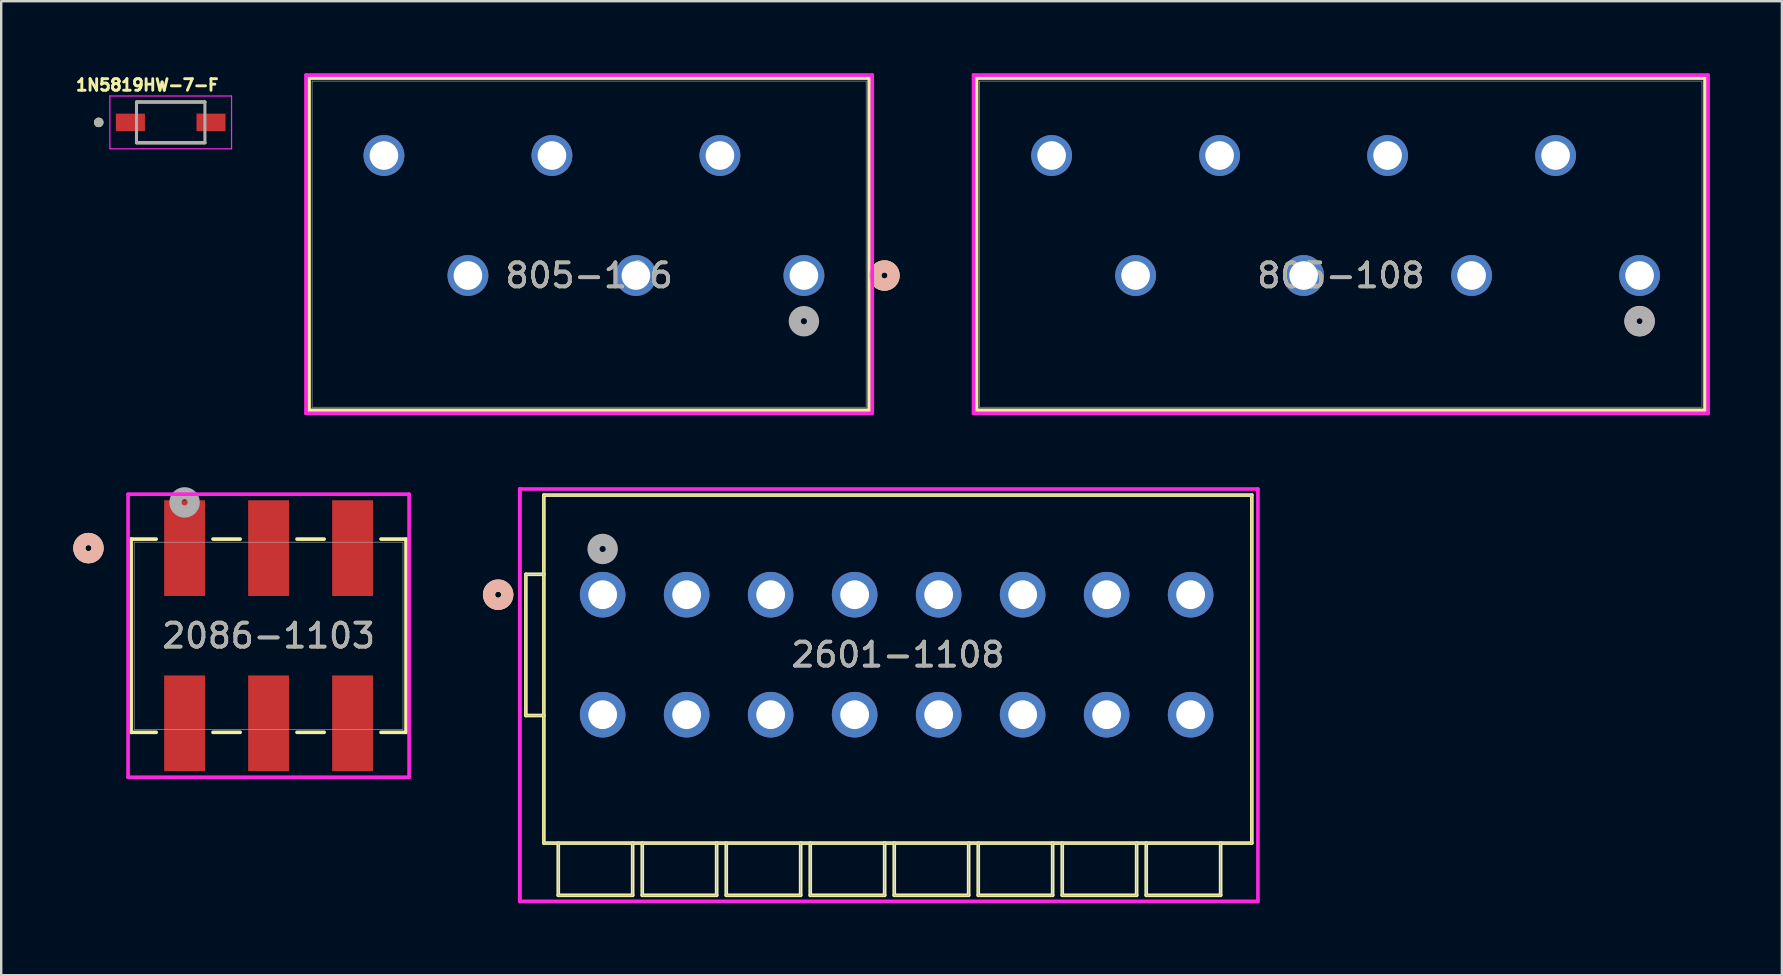
<source format=kicad_pcb>
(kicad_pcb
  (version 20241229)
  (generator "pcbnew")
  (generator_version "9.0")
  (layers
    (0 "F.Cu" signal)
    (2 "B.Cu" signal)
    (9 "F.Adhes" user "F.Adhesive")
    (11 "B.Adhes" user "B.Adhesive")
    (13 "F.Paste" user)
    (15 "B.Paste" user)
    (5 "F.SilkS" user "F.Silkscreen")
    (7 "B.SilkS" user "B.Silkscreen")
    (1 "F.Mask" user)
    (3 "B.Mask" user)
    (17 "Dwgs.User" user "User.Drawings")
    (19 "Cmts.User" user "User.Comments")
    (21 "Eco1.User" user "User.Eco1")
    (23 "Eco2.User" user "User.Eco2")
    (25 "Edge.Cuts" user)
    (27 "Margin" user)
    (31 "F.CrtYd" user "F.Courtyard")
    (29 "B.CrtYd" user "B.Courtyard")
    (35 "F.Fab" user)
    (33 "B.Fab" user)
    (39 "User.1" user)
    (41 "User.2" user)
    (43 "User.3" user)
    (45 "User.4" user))
  (footprint "2601-1108"
    (layer "F.Cu")
    (at 22.062 21.73)
    (property "Reference" "2601-1108" (at 12.3 2.5 0) (unlocked yes) (layer "F.SilkS") (effects (font (size 1 1) (thickness 0.15))))
    (attr through_hole)
    (fp_line (start -3.2 5.034) (end -3.2 -0.85) (stroke (width 0.152) (type solid)) (layer "F.SilkS"))
    (fp_line (start -2.45 -0.85) (end -3.2 -0.85) (stroke (width 0.152) (type solid)) (layer "F.SilkS"))
    (fp_line (start -2.45 5.034) (end -3.2 5.034) (stroke (width 0.152) (type solid)) (layer "F.SilkS"))
    (fp_line (start -2.45 -4.15) (end 27.05 -4.15) (stroke (width 0.152) (type solid)) (layer "F.SilkS"))
    (fp_line (start -2.45 10.35) (end -2.45 -4.15) (stroke (width 0.152) (type solid)) (layer "F.SilkS"))
    (fp_line (start -2.45 10.35) (end 27.05 10.35) (stroke (width 0.152) (type solid)) (layer "F.SilkS"))
    (fp_line (start -1.85 10.35) (end -1.85 12.525) (stroke (width 0.152) (type solid)) (layer "F.SilkS"))
    (fp_line (start -1.85 12.525) (end 1.25 12.525) (stroke (width 0.152) (type solid)) (layer "F.SilkS"))
    (fp_line (start 1.25 10.35) (end 1.25 12.525) (stroke (width 0.152) (type solid)) (layer "F.SilkS"))
    (fp_line (start 1.65 10.35) (end 1.65 12.525) (stroke (width 0.152) (type solid)) (layer "F.SilkS"))
    (fp_line (start 1.65 12.525) (end 4.75 12.525) (stroke (width 0.152) (type solid)) (layer "F.SilkS"))
    (fp_line (start 4.75 10.35) (end 4.75 12.525) (stroke (width 0.152) (type solid)) (layer "F.SilkS"))
    (fp_line (start 5.15 10.35) (end 5.15 12.525) (stroke (width 0.152) (type solid)) (layer "F.SilkS"))
    (fp_line (start 5.15 12.525) (end 8.25 12.525) (stroke (width 0.152) (type solid)) (layer "F.SilkS"))
    (fp_line (start 8.25 10.35) (end 8.25 12.525) (stroke (width 0.152) (type solid)) (layer "F.SilkS"))
    (fp_line (start 8.65 10.35) (end 8.65 12.525) (stroke (width 0.152) (type solid)) (layer "F.SilkS"))
    (fp_line (start 8.65 12.525) (end 11.75 12.525) (stroke (width 0.152) (type solid)) (layer "F.SilkS"))
    (fp_line (start 11.75 10.35) (end 11.75 12.525) (stroke (width 0.152) (type solid)) (layer "F.SilkS"))
    (fp_line (start 12.15 10.35) (end 12.15 12.525) (stroke (width 0.152) (type solid)) (layer "F.SilkS"))
    (fp_line (start 12.15 12.525) (end 15.25 12.525) (stroke (width 0.152) (type solid)) (layer "F.SilkS"))
    (fp_line (start 15.25 10.35) (end 15.25 12.525) (stroke (width 0.152) (type solid)) (layer "F.SilkS"))
    (fp_line (start 15.65 10.35) (end 15.65 12.525) (stroke (width 0.152) (type solid)) (layer "F.SilkS"))
    (fp_line (start 15.65 12.525) (end 18.75 12.525) (stroke (width 0.152) (type solid)) (layer "F.SilkS"))
    (fp_line (start 18.75 10.35) (end 18.75 12.525) (stroke (width 0.152) (type solid)) (layer "F.SilkS"))
    (fp_line (start 19.15 10.35) (end 19.15 12.525) (stroke (width 0.152) (type solid)) (layer "F.SilkS"))
    (fp_line (start 19.15 12.525) (end 22.25 12.525) (stroke (width 0.152) (type solid)) (layer "F.SilkS"))
    (fp_line (start 22.25 10.35) (end 22.25 12.525) (stroke (width 0.152) (type solid)) (layer "F.SilkS"))
    (fp_line (start 22.65 10.35) (end 22.65 12.525) (stroke (width 0.152) (type solid)) (layer "F.SilkS"))
    (fp_line (start 22.65 12.525) (end 25.75 12.525) (stroke (width 0.152) (type solid)) (layer "F.SilkS"))
    (fp_line (start 25.75 10.35) (end 25.75 12.525) (stroke (width 0.152) (type solid)) (layer "F.SilkS"))
    (fp_line (start 27.05 -4.15) (end 27.05 10.35) (stroke (width 0.152) (type solid)) (layer "F.SilkS"))
    (fp_circle (center -4.355 0) (end -3.974 0) (stroke (width 0.508) (type solid)) (fill no) (layer "F.SilkS"))
    (fp_circle (center -4.355 0) (end -3.974 0) (stroke (width 0.508) (type solid)) (fill no) (layer "B.SilkS"))
    (fp_line (start -3.454 -4.404) (end -3.454 12.779) (stroke (width 0.152) (type solid)) (layer "F.CrtYd"))
    (fp_line (start -3.454 -4.404) (end -3.454 12.779) (stroke (width 0.152) (type solid)) (layer "F.CrtYd"))
    (fp_line (start -3.454 12.779) (end 27.304 12.779) (stroke (width 0.152) (type solid)) (layer "F.CrtYd"))
    (fp_line (start 27.304 -4.404) (end -3.454 -4.404) (stroke (width 0.152) (type solid)) (layer "F.CrtYd"))
    (fp_line (start 27.304 12.779) (end 27.304 -4.404) (stroke (width 0.152) (type solid)) (layer "F.CrtYd"))
    (fp_line (start -3.2 5.034) (end -3.2 -0.85) (stroke (width 0.025) (type solid)) (layer "F.Fab"))
    (fp_line (start -2.45 -0.85) (end -3.2 -0.85) (stroke (width 0.025) (type solid)) (layer "F.Fab"))
    (fp_line (start -2.45 5.034) (end -3.2 5.034) (stroke (width 0.025) (type solid)) (layer "F.Fab"))
    (fp_line (start -2.45 -4.15) (end 27.05 -4.15) (stroke (width 0.025) (type solid)) (layer "F.Fab"))
    (fp_line (start -2.45 10.35) (end -2.45 -4.15) (stroke (width 0.025) (type solid)) (layer "F.Fab"))
    (fp_line (start -2.45 10.35) (end 27.05 10.35) (stroke (width 0.025) (type solid)) (layer "F.Fab"))
    (fp_line (start -1.85 10.35) (end -1.85 12.525) (stroke (width 0.025) (type solid)) (layer "F.Fab"))
    (fp_line (start -1.85 12.525) (end 1.25 12.525) (stroke (width 0.025) (type solid)) (layer "F.Fab"))
    (fp_line (start 1.25 10.35) (end 1.25 12.525) (stroke (width 0.025) (type solid)) (layer "F.Fab"))
    (fp_line (start 1.65 10.35) (end 1.65 12.525) (stroke (width 0.025) (type solid)) (layer "F.Fab"))
    (fp_line (start 1.65 12.525) (end 4.75 12.525) (stroke (width 0.025) (type solid)) (layer "F.Fab"))
    (fp_line (start 4.75 10.35) (end 4.75 12.525) (stroke (width 0.025) (type solid)) (layer "F.Fab"))
    (fp_line (start 5.15 10.35) (end 5.15 12.525) (stroke (width 0.025) (type solid)) (layer "F.Fab"))
    (fp_line (start 5.15 12.525) (end 8.25 12.525) (stroke (width 0.025) (type solid)) (layer "F.Fab"))
    (fp_line (start 8.25 10.35) (end 8.25 12.525) (stroke (width 0.025) (type solid)) (layer "F.Fab"))
    (fp_line (start 8.65 10.35) (end 8.65 12.525) (stroke (width 0.025) (type solid)) (layer "F.Fab"))
    (fp_line (start 8.65 12.525) (end 11.75 12.525) (stroke (width 0.025) (type solid)) (layer "F.Fab"))
    (fp_line (start 11.75 10.35) (end 11.75 12.525) (stroke (width 0.025) (type solid)) (layer "F.Fab"))
    (fp_line (start 12.15 10.35) (end 12.15 12.525) (stroke (width 0.025) (type solid)) (layer "F.Fab"))
    (fp_line (start 12.15 12.525) (end 15.25 12.525) (stroke (width 0.025) (type solid)) (layer "F.Fab"))
    (fp_line (start 15.25 10.35) (end 15.25 12.525) (stroke (width 0.025) (type solid)) (layer "F.Fab"))
    (fp_line (start 15.65 10.35) (end 15.65 12.525) (stroke (width 0.025) (type solid)) (layer "F.Fab"))
    (fp_line (start 15.65 12.525) (end 18.75 12.525) (stroke (width 0.025) (type solid)) (layer "F.Fab"))
    (fp_line (start 18.75 10.35) (end 18.75 12.525) (stroke (width 0.025) (type solid)) (layer "F.Fab"))
    (fp_line (start 19.15 10.35) (end 19.15 12.525) (stroke (width 0.025) (type solid)) (layer "F.Fab"))
    (fp_line (start 19.15 12.525) (end 22.25 12.525) (stroke (width 0.025) (type solid)) (layer "F.Fab"))
    (fp_line (start 22.25 10.35) (end 22.25 12.525) (stroke (width 0.025) (type solid)) (layer "F.Fab"))
    (fp_line (start 22.65 10.35) (end 22.65 12.525) (stroke (width 0.025) (type solid)) (layer "F.Fab"))
    (fp_line (start 22.65 12.525) (end 25.75 12.525) (stroke (width 0.025) (type solid)) (layer "F.Fab"))
    (fp_line (start 25.75 10.35) (end 25.75 12.525) (stroke (width 0.025) (type solid)) (layer "F.Fab"))
    (fp_line (start 27.05 -4.15) (end 27.05 10.35) (stroke (width 0.025) (type solid)) (layer "F.Fab"))
    (fp_circle (center 0 -1.905) (end 0.381 -1.905) (stroke (width 0.508) (type solid)) (fill no) (layer "F.Fab"))
    (fp_text user "${REFERENCE}" (at 12.3 2.5 0) (unlocked yes) (layer "F.Fab") (effects (font (size 1 1) (thickness 0.15))))
    (pad "1" thru_hole circle (at 0 0) (size 1.9 1.9) (drill 1.2) (layers "*.Cu" "*.Mask"))
    (pad "1" thru_hole circle (at 0 5) (size 1.9 1.9) (drill 1.2) (layers "*.Cu" "*.Mask"))
    (pad "2" thru_hole circle (at 3.5 0) (size 1.9 1.9) (drill 1.2) (layers "*.Cu" "*.Mask"))
    (pad "2" thru_hole circle (at 3.5 5) (size 1.9 1.9) (drill 1.2) (layers "*.Cu" "*.Mask"))
    (pad "3" thru_hole circle (at 7 0) (size 1.9 1.9) (drill 1.2) (layers "*.Cu" "*.Mask"))
    (pad "3" thru_hole circle (at 7 5) (size 1.9 1.9) (drill 1.2) (layers "*.Cu" "*.Mask"))
    (pad "4" thru_hole circle (at 10.5 0) (size 1.9 1.9) (drill 1.2) (layers "*.Cu" "*.Mask"))
    (pad "4" thru_hole circle (at 10.5 5) (size 1.9 1.9) (drill 1.2) (layers "*.Cu" "*.Mask"))
    (pad "5" thru_hole circle (at 14 0) (size 1.9 1.9) (drill 1.2) (layers "*.Cu" "*.Mask"))
    (pad "5" thru_hole circle (at 14 5) (size 1.9 1.9) (drill 1.2) (layers "*.Cu" "*.Mask"))
    (pad "6" thru_hole circle (at 17.5 0) (size 1.9 1.9) (drill 1.2) (layers "*.Cu" "*.Mask"))
    (pad "6" thru_hole circle (at 17.5 5) (size 1.9 1.9) (drill 1.2) (layers "*.Cu" "*.Mask"))
    (pad "7" thru_hole circle (at 21 0) (size 1.9 1.9) (drill 1.2) (layers "*.Cu" "*.Mask"))
    (pad "7" thru_hole circle (at 21 5) (size 1.9 1.9) (drill 1.2) (layers "*.Cu" "*.Mask"))
    (pad "8" thru_hole circle (at 24.5 0) (size 1.9 1.9) (drill 1.2) (layers "*.Cu" "*.Mask"))
    (pad "8" thru_hole circle (at 24.5 5) (size 1.9 1.9) (drill 1.2) (layers "*.Cu" "*.Mask")))
  (footprint "805-108"
    (layer "F.Cu")
    (at 65.269 8.43)
    (property "Reference" "805-108" (at -12.45 0 0) (unlocked yes) (layer "F.SilkS") (effects (font (size 1 1) (thickness 0.15))))
    (attr through_hole)
    (fp_line (start -27.626 -8.227) (end -27.626 5.616) (stroke (width 0.152) (type solid)) (layer "F.SilkS"))
    (fp_line (start -27.626 5.616) (end 2.727 5.616) (stroke (width 0.152) (type solid)) (layer "F.SilkS"))
    (fp_line (start 2.727 -8.227) (end -27.626 -8.227) (stroke (width 0.152) (type solid)) (layer "F.SilkS"))
    (fp_line (start 2.727 5.616) (end 2.727 -8.227) (stroke (width 0.152) (type solid)) (layer "F.SilkS"))
    (fp_circle (center 0 1.9) (end 0.381 1.9) (stroke (width 0.508) (type solid)) (fill no) (layer "B.SilkS"))
    (fp_line (start -27.753 -8.354) (end -27.753 5.743) (stroke (width 0.152) (type solid)) (layer "F.CrtYd"))
    (fp_line (start -27.753 5.743) (end 2.854 5.743) (stroke (width 0.152) (type solid)) (layer "F.CrtYd"))
    (fp_line (start 2.854 -8.354) (end -27.753 -8.354) (stroke (width 0.152) (type solid)) (layer "F.CrtYd"))
    (fp_line (start 2.854 5.743) (end 2.854 -8.354) (stroke (width 0.152) (type solid)) (layer "F.CrtYd"))
    (fp_line (start -27.499 -8.1) (end -27.499 5.489) (stroke (width 0.025) (type solid)) (layer "F.Fab"))
    (fp_line (start -27.499 5.489) (end 2.6 5.489) (stroke (width 0.025) (type solid)) (layer "F.Fab"))
    (fp_line (start 2.6 -8.1) (end -27.499 -8.1) (stroke (width 0.025) (type solid)) (layer "F.Fab"))
    (fp_line (start 2.6 5.489) (end 2.6 -8.1) (stroke (width 0.025) (type solid)) (layer "F.Fab"))
    (fp_circle (center 0 1.905) (end 0.381 1.905) (stroke (width 0.508) (type solid)) (fill no) (layer "F.Fab"))
    (fp_text user "${REFERENCE}" (at -12.45 0 0) (unlocked yes) (layer "F.Fab") (effects (font (size 1 1) (thickness 0.15))))
    (pad "1" thru_hole circle (at 0 0) (size 1.702 1.702) (drill 1.194) (layers "*.Cu" "*.Mask"))
    (pad "2" thru_hole circle (at -3.5 -5) (size 1.702 1.702) (drill 1.194) (layers "*.Cu" "*.Mask"))
    (pad "3" thru_hole circle (at -7 0) (size 1.702 1.702) (drill 1.194) (layers "*.Cu" "*.Mask"))
    (pad "4" thru_hole circle (at -10.5 -5) (size 1.702 1.702) (drill 1.194) (layers "*.Cu" "*.Mask"))
    (pad "5" thru_hole circle (at -14 0) (size 1.702 1.702) (drill 1.194) (layers "*.Cu" "*.Mask"))
    (pad "6" thru_hole circle (at -17.5 -5) (size 1.702 1.702) (drill 1.194) (layers "*.Cu" "*.Mask"))
    (pad "7" thru_hole circle (at -21 0) (size 1.702 1.702) (drill 1.194) (layers "*.Cu" "*.Mask"))
    (pad "8" thru_hole circle (at -24.5 -5) (size 1.702 1.702) (drill 1.194) (layers "*.Cu" "*.Mask")))
  (footprint "1N5819HW-7-F"
    (layer "F.Cu")
    (at 4.063 2.05)
    (property "Reference" "1N5819HW-7-F" (at -0.978 -1.557 0) (layer "F.SilkS") (effects (font (size 0.481 0.481) (thickness 0.12))))
    (attr smd)
    (fp_line (start -1.425 -0.85) (end 1.425 -0.85) (stroke (width 0.127) (type solid)) (layer "F.SilkS"))
    (fp_line (start 1.425 0.85) (end -1.425 0.85) (stroke (width 0.127) (type solid)) (layer "F.SilkS"))
    (fp_circle (center -3 0) (end -2.9 0) (stroke (width 0.2) (type solid)) (fill no) (layer "F.SilkS"))
    (fp_line (start -2.535 -1.1) (end 2.535 -1.1) (stroke (width 0.05) (type solid)) (layer "F.CrtYd"))
    (fp_line (start -2.535 1.1) (end -2.535 -1.1) (stroke (width 0.05) (type solid)) (layer "F.CrtYd"))
    (fp_line (start 2.535 -1.1) (end 2.535 1.1) (stroke (width 0.05) (type solid)) (layer "F.CrtYd"))
    (fp_line (start 2.535 1.1) (end -2.535 1.1) (stroke (width 0.05) (type solid)) (layer "F.CrtYd"))
    (fp_line (start -1.425 -0.85) (end 1.425 -0.85) (stroke (width 0.127) (type solid)) (layer "F.Fab"))
    (fp_line (start -1.425 0.85) (end -1.425 -0.85) (stroke (width 0.127) (type solid)) (layer "F.Fab"))
    (fp_line (start 1.425 -0.85) (end 1.425 0.85) (stroke (width 0.127) (type solid)) (layer "F.Fab"))
    (fp_line (start 1.425 0.85) (end -1.425 0.85) (stroke (width 0.127) (type solid)) (layer "F.Fab"))
    (fp_circle (center -3 0) (end -2.9 0) (stroke (width 0.2) (type solid)) (fill no) (layer "F.Fab"))
    (pad "A" smd rect (at 1.68 0) (size 1.21 0.73) (layers "F.Cu" "F.Mask" "F.Paste"))
    (pad "C" smd rect (at -1.68 0) (size 1.21 0.73) (layers "F.Cu" "F.Mask" "F.Paste")))
  (footprint "2086-1103"
    (layer "F.Cu")
    (at 8.141 23.439)
    (property "Reference" "2086-1103" (at 0 0 0) (unlocked yes) (layer "F.SilkS") (effects (font (size 1 1) (thickness 0.15))))
    (attr smd)
    (fp_line (start -5.728 -4.026) (end -5.728 4.026) (stroke (width 0.152) (type solid)) (layer "F.SilkS"))
    (fp_line (start -5.728 4.026) (end -4.684 4.026) (stroke (width 0.152) (type solid)) (layer "F.SilkS"))
    (fp_line (start -4.684 -4.026) (end -5.728 -4.026) (stroke (width 0.152) (type solid)) (layer "F.SilkS"))
    (fp_line (start -2.316 4.026) (end -1.184 4.026) (stroke (width 0.152) (type solid)) (layer "F.SilkS"))
    (fp_line (start -1.184 -4.026) (end -2.316 -4.026) (stroke (width 0.152) (type solid)) (layer "F.SilkS"))
    (fp_line (start 1.184 4.026) (end 2.316 4.026) (stroke (width 0.152) (type solid)) (layer "F.SilkS"))
    (fp_line (start 2.316 -4.026) (end 1.184 -4.026) (stroke (width 0.152) (type solid)) (layer "F.SilkS"))
    (fp_line (start 4.684 4.026) (end 5.728 4.026) (stroke (width 0.152) (type solid)) (layer "F.SilkS"))
    (fp_line (start 5.728 -4.026) (end 4.684 -4.026) (stroke (width 0.152) (type solid)) (layer "F.SilkS"))
    (fp_line (start 5.728 4.026) (end 5.728 -4.026) (stroke (width 0.152) (type solid)) (layer "F.SilkS"))
    (fp_circle (center -7.506 -3.65) (end -7.125 -3.65) (stroke (width 0.508) (type solid)) (fill no) (layer "F.SilkS"))
    (fp_circle (center -7.506 -3.65) (end -7.125 -3.65) (stroke (width 0.508) (type solid)) (fill no) (layer "B.SilkS"))
    (fp_line (start -5.855 -5.898) (end -5.855 5.898) (stroke (width 0.152) (type solid)) (layer "F.CrtYd"))
    (fp_line (start -5.855 5.898) (end 5.855 5.898) (stroke (width 0.152) (type solid)) (layer "F.CrtYd"))
    (fp_line (start 5.855 -5.898) (end -5.855 -5.898) (stroke (width 0.152) (type solid)) (layer "F.CrtYd"))
    (fp_line (start 5.855 5.898) (end 5.855 -5.898) (stroke (width 0.152) (type solid)) (layer "F.CrtYd"))
    (fp_line (start -5.601 -3.899) (end -5.601 3.899) (stroke (width 0.025) (type solid)) (layer "F.Fab"))
    (fp_line (start -5.601 3.899) (end 5.601 3.899) (stroke (width 0.025) (type solid)) (layer "F.Fab"))
    (fp_line (start 5.601 -3.899) (end -5.601 -3.899) (stroke (width 0.025) (type solid)) (layer "F.Fab"))
    (fp_line (start 5.601 3.899) (end 5.601 -3.899) (stroke (width 0.025) (type solid)) (layer "F.Fab"))
    (fp_circle (center -3.5 -5.555) (end -3.119 -5.555) (stroke (width 0.508) (type solid)) (fill no) (layer "F.Fab"))
    (fp_text user "${REFERENCE}" (at 0 0 0) (unlocked yes) (layer "F.Fab") (effects (font (size 1 1) (thickness 0.15))))
    (pad "1" smd rect (at -3.5 -3.65) (size 1.702 3.988) (layers "F.Cu" "F.Mask" "F.Paste"))
    (pad "1" smd rect (at -3.5 3.65) (size 1.702 3.988) (layers "F.Cu" "F.Mask" "F.Paste"))
    (pad "2" smd rect (at 0 -3.65) (size 1.702 3.988) (layers "F.Cu" "F.Mask" "F.Paste"))
    (pad "2" smd rect (at 0 3.65) (size 1.702 3.988) (layers "F.Cu" "F.Mask" "F.Paste"))
    (pad "3" smd rect (at 3.5 -3.65) (size 1.702 3.988) (layers "F.Cu" "F.Mask" "F.Paste"))
    (pad "3" smd rect (at 3.5 3.65) (size 1.702 3.988) (layers "F.Cu" "F.Mask" "F.Paste")))
  (footprint "805-106"
    (layer "F.Cu")
    (at 30.448 8.43)
    (property "Reference" "805-106" (at -8.95 0 0) (unlocked yes) (layer "F.SilkS") (effects (font (size 1 1) (thickness 0.15))))
    (attr through_hole)
    (fp_line (start -20.621 -8.227) (end -20.621 5.616) (stroke (width 0.152) (type solid)) (layer "F.SilkS"))
    (fp_line (start -20.621 5.616) (end 2.721 5.616) (stroke (width 0.152) (type solid)) (layer "F.SilkS"))
    (fp_line (start 2.721 -8.227) (end -20.621 -8.227) (stroke (width 0.152) (type solid)) (layer "F.SilkS"))
    (fp_line (start 2.721 5.616) (end 2.721 -8.227) (stroke (width 0.152) (type solid)) (layer "F.SilkS"))
    (fp_circle (center 3.356 0) (end 3.737 0) (stroke (width 0.508) (type solid)) (fill no) (layer "F.SilkS"))
    (fp_circle (center 3.356 0) (end 3.737 0) (stroke (width 0.508) (type solid)) (fill no) (layer "B.SilkS"))
    (fp_line (start -20.748 -8.354) (end -20.748 5.743) (stroke (width 0.152) (type solid)) (layer "F.CrtYd"))
    (fp_line (start -20.748 5.743) (end 2.848 5.743) (stroke (width 0.152) (type solid)) (layer "F.CrtYd"))
    (fp_line (start 2.848 -8.354) (end -20.748 -8.354) (stroke (width 0.152) (type solid)) (layer "F.CrtYd"))
    (fp_line (start 2.848 5.743) (end 2.848 -8.354) (stroke (width 0.152) (type solid)) (layer "F.CrtYd"))
    (fp_line (start -20.494 -8.1) (end -20.494 5.489) (stroke (width 0.025) (type solid)) (layer "F.Fab"))
    (fp_line (start -20.494 5.489) (end 2.594 5.489) (stroke (width 0.025) (type solid)) (layer "F.Fab"))
    (fp_line (start 2.594 -8.1) (end -20.494 -8.1) (stroke (width 0.025) (type solid)) (layer "F.Fab"))
    (fp_line (start 2.594 5.489) (end 2.594 -8.1) (stroke (width 0.025) (type solid)) (layer "F.Fab"))
    (fp_circle (center 0 1.905) (end 0.381 1.905) (stroke (width 0.508) (type solid)) (fill no) (layer "F.Fab"))
    (fp_text user "${REFERENCE}" (at -8.95 0 0) (unlocked yes) (layer "F.Fab") (effects (font (size 1 1) (thickness 0.15))))
    (pad "1" thru_hole circle (at 0 0) (size 1.702 1.702) (drill 1.194) (layers "*.Cu" "*.Mask"))
    (pad "2" thru_hole circle (at -3.5 -5) (size 1.702 1.702) (drill 1.194) (layers "*.Cu" "*.Mask"))
    (pad "3" thru_hole circle (at -7 0) (size 1.702 1.702) (drill 1.194) (layers "*.Cu" "*.Mask"))
    (pad "4" thru_hole circle (at -10.5 -5) (size 1.702 1.702) (drill 1.194) (layers "*.Cu" "*.Mask"))
    (pad "5" thru_hole circle (at -14 0) (size 1.702 1.702) (drill 1.194) (layers "*.Cu" "*.Mask"))
    (pad "6" thru_hole circle (at -17.5 -5) (size 1.702 1.702) (drill 1.194) (layers "*.Cu" "*.Mask")))
  (gr_rect
    (start -3 -3)
    (end 71.199 37.585)
    (stroke (width 0.1) (type default))
    (fill no)
    (layer "Edge.Cuts")))
</source>
